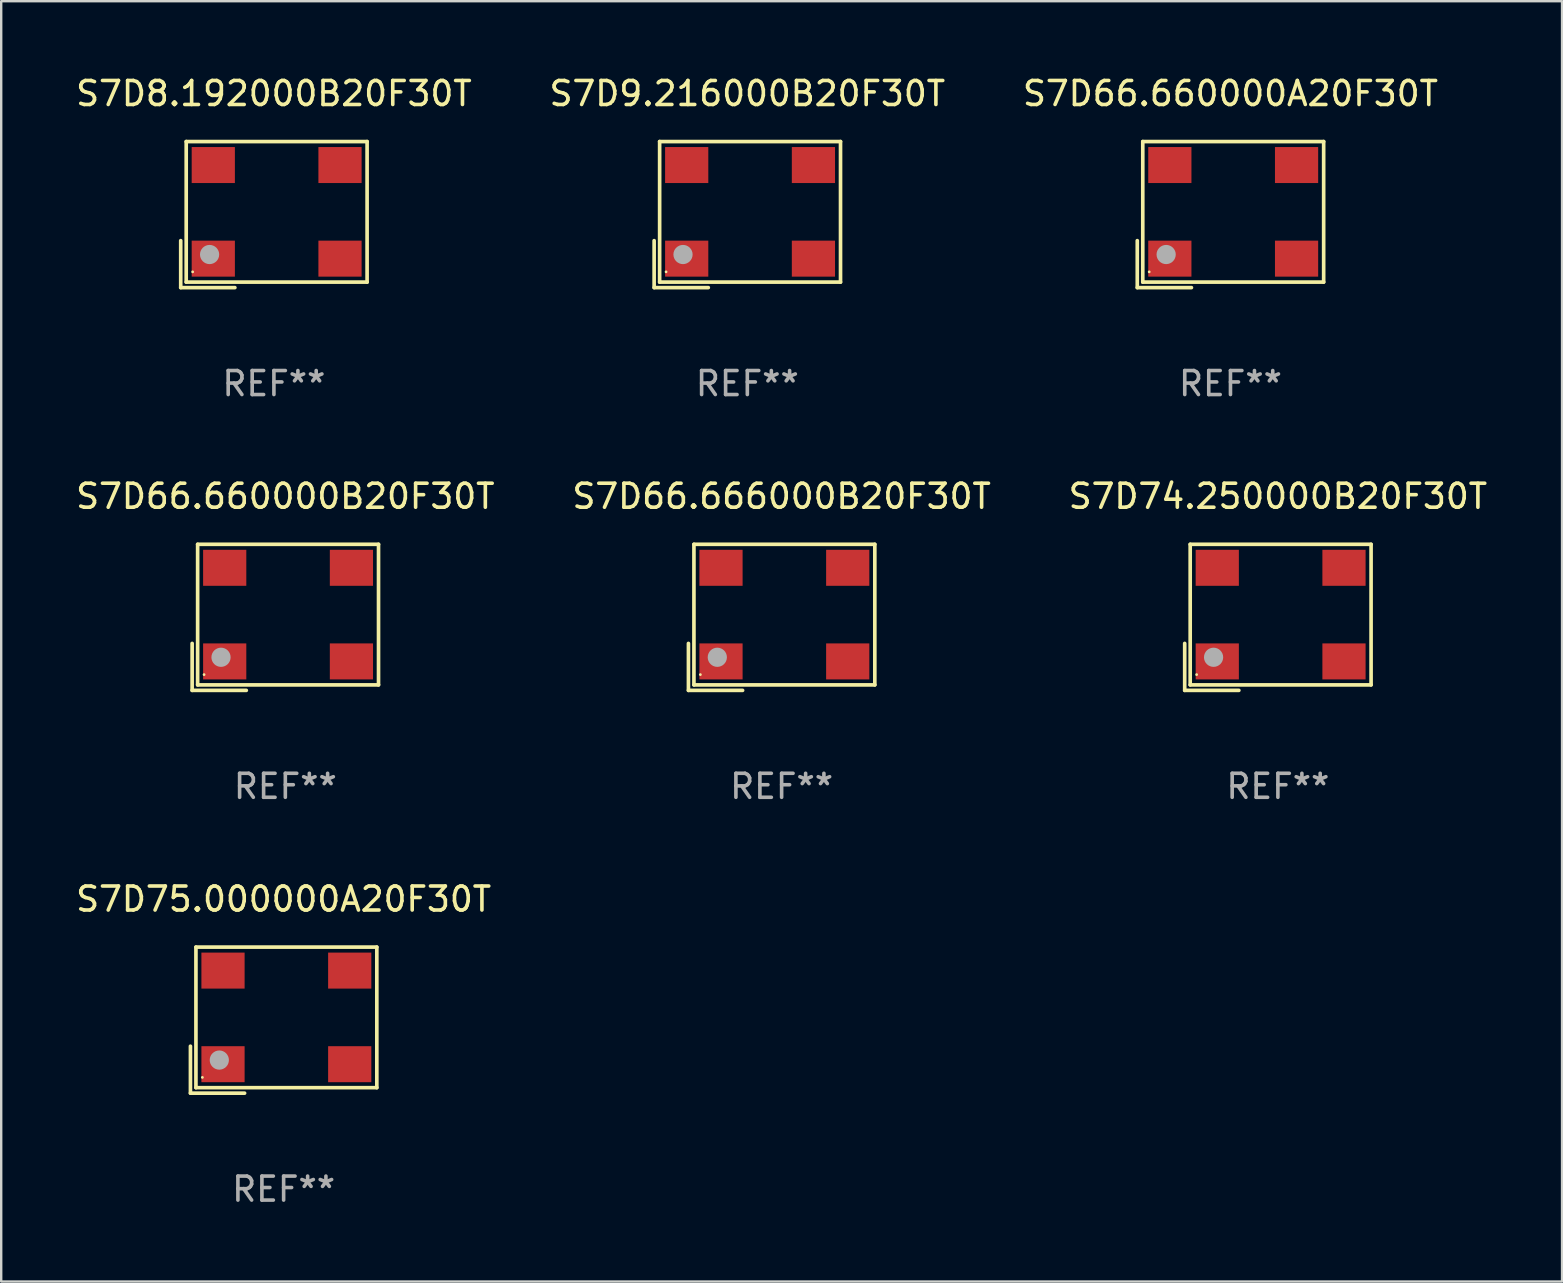
<source format=kicad_pcb>
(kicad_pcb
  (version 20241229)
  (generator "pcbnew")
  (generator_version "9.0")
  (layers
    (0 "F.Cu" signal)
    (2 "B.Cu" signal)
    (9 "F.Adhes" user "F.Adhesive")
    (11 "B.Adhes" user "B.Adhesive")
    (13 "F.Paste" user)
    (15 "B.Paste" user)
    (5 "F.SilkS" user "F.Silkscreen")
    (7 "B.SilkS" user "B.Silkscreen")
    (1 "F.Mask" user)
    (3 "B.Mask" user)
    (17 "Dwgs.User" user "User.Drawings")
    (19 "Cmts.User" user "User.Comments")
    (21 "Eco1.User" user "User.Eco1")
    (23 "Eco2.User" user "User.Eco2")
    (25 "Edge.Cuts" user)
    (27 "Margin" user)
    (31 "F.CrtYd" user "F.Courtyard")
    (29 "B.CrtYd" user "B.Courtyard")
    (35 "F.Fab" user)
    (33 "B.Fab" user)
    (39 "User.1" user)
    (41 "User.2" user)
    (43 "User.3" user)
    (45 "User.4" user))
  (footprint "S7D9.216000B20F30T"
    (layer "F.Cu")
    (at 28.089 5.891)
    (property "Reference" "S7D9.216000B20F30T" (at 0 -5.043 0) (layer "F.SilkS") (effects (font (size 1 1) (thickness 0.15))))
    (attr through_hole)
    (fp_line (start -3.883 1.086) (end -3.883 3.043) (stroke (width 0.152) (type solid)) (layer "F.SilkS"))
    (fp_line (start -3.883 3.043) (end -1.626 3.043) (stroke (width 0.152) (type solid)) (layer "F.SilkS"))
    (fp_line (start -3.654 -3.043) (end 3.883 -3.043) (stroke (width 0.152) (type solid)) (layer "F.SilkS"))
    (fp_line (start -3.654 2.814) (end -3.654 -3.043) (stroke (width 0.152) (type solid)) (layer "F.SilkS"))
    (fp_line (start 3.883 -3.043) (end 3.883 2.814) (stroke (width 0.152) (type solid)) (layer "F.SilkS"))
    (fp_line (start 3.883 2.814) (end -3.654 2.814) (stroke (width 0.152) (type solid)) (layer "F.SilkS"))
    (fp_circle (center -3.386 2.386) (end -3.356 2.386) (stroke (width 0.06) (type solid)) (fill no) (layer "F.SilkS"))
    (fp_circle (center -2.68 1.664) (end -2.48 1.664) (stroke (width 0.4) (type solid)) (fill no) (layer "F.Fab"))
    (fp_text user "REF**" (at 0 7.043 0) (layer "F.Fab") (effects (font (size 1 1) (thickness 0.15))))
    (pad "1" smd rect (at -2.526 1.836) (size 1.8 1.5) (layers "F.Cu" "F.Mask" "F.Paste"))
    (pad "2" smd rect (at 2.754 1.836) (size 1.8 1.5) (layers "F.Cu" "F.Mask" "F.Paste"))
    (pad "3" smd rect (at 2.754 -2.064) (size 1.8 1.5) (layers "F.Cu" "F.Mask" "F.Paste"))
    (pad "4" smd rect (at -2.526 -2.064) (size 1.8 1.5) (layers "F.Cu" "F.Mask" "F.Paste")))
  (footprint "S7D8.192000B20F30T"
    (layer "F.Cu")
    (at 8.363 5.891)
    (property "Reference" "S7D8.192000B20F30T" (at 0 -5.043 0) (layer "F.SilkS") (effects (font (size 1 1) (thickness 0.15))))
    (attr through_hole)
    (fp_line (start -3.883 1.086) (end -3.883 3.043) (stroke (width 0.152) (type solid)) (layer "F.SilkS"))
    (fp_line (start -3.883 3.043) (end -1.626 3.043) (stroke (width 0.152) (type solid)) (layer "F.SilkS"))
    (fp_line (start -3.654 -3.043) (end 3.883 -3.043) (stroke (width 0.152) (type solid)) (layer "F.SilkS"))
    (fp_line (start -3.654 2.814) (end -3.654 -3.043) (stroke (width 0.152) (type solid)) (layer "F.SilkS"))
    (fp_line (start 3.883 -3.043) (end 3.883 2.814) (stroke (width 0.152) (type solid)) (layer "F.SilkS"))
    (fp_line (start 3.883 2.814) (end -3.654 2.814) (stroke (width 0.152) (type solid)) (layer "F.SilkS"))
    (fp_circle (center -3.386 2.386) (end -3.356 2.386) (stroke (width 0.06) (type solid)) (fill no) (layer "F.SilkS"))
    (fp_circle (center -2.68 1.664) (end -2.48 1.664) (stroke (width 0.4) (type solid)) (fill no) (layer "F.Fab"))
    (fp_text user "REF**" (at 0 7.043 0) (layer "F.Fab") (effects (font (size 1 1) (thickness 0.15))))
    (pad "1" smd rect (at -2.526 1.836) (size 1.8 1.5) (layers "F.Cu" "F.Mask" "F.Paste"))
    (pad "2" smd rect (at 2.754 1.836) (size 1.8 1.5) (layers "F.Cu" "F.Mask" "F.Paste"))
    (pad "3" smd rect (at 2.754 -2.064) (size 1.8 1.5) (layers "F.Cu" "F.Mask" "F.Paste"))
    (pad "4" smd rect (at -2.526 -2.064) (size 1.8 1.5) (layers "F.Cu" "F.Mask" "F.Paste")))
  (footprint "S7D66.660000B20F30T"
    (layer "F.Cu")
    (at 8.839 22.673)
    (property "Reference" "S7D66.660000B20F30T" (at 0 -5.043 0) (layer "F.SilkS") (effects (font (size 1 1) (thickness 0.15))))
    (attr through_hole)
    (fp_line (start -3.883 1.086) (end -3.883 3.043) (stroke (width 0.152) (type solid)) (layer "F.SilkS"))
    (fp_line (start -3.883 3.043) (end -1.626 3.043) (stroke (width 0.152) (type solid)) (layer "F.SilkS"))
    (fp_line (start -3.654 -3.043) (end 3.883 -3.043) (stroke (width 0.152) (type solid)) (layer "F.SilkS"))
    (fp_line (start -3.654 2.814) (end -3.654 -3.043) (stroke (width 0.152) (type solid)) (layer "F.SilkS"))
    (fp_line (start 3.883 -3.043) (end 3.883 2.814) (stroke (width 0.152) (type solid)) (layer "F.SilkS"))
    (fp_line (start 3.883 2.814) (end -3.654 2.814) (stroke (width 0.152) (type solid)) (layer "F.SilkS"))
    (fp_circle (center -3.386 2.386) (end -3.356 2.386) (stroke (width 0.06) (type solid)) (fill no) (layer "F.SilkS"))
    (fp_circle (center -2.68 1.664) (end -2.48 1.664) (stroke (width 0.4) (type solid)) (fill no) (layer "F.Fab"))
    (fp_text user "REF**" (at 0 7.043 0) (layer "F.Fab") (effects (font (size 1 1) (thickness 0.15))))
    (pad "1" smd rect (at -2.526 1.836) (size 1.8 1.5) (layers "F.Cu" "F.Mask" "F.Paste"))
    (pad "2" smd rect (at 2.754 1.836) (size 1.8 1.5) (layers "F.Cu" "F.Mask" "F.Paste"))
    (pad "3" smd rect (at 2.754 -2.064) (size 1.8 1.5) (layers "F.Cu" "F.Mask" "F.Paste"))
    (pad "4" smd rect (at -2.526 -2.064) (size 1.8 1.5) (layers "F.Cu" "F.Mask" "F.Paste")))
  (footprint "S7D66.660000A20F30T"
    (layer "F.Cu")
    (at 48.22 5.891)
    (property "Reference" "S7D66.660000A20F30T" (at 0 -5.043 0) (layer "F.SilkS") (effects (font (size 1 1) (thickness 0.15))))
    (attr through_hole)
    (fp_line (start -3.883 1.086) (end -3.883 3.043) (stroke (width 0.152) (type solid)) (layer "F.SilkS"))
    (fp_line (start -3.883 3.043) (end -1.626 3.043) (stroke (width 0.152) (type solid)) (layer "F.SilkS"))
    (fp_line (start -3.654 -3.043) (end 3.883 -3.043) (stroke (width 0.152) (type solid)) (layer "F.SilkS"))
    (fp_line (start -3.654 2.814) (end -3.654 -3.043) (stroke (width 0.152) (type solid)) (layer "F.SilkS"))
    (fp_line (start 3.883 -3.043) (end 3.883 2.814) (stroke (width 0.152) (type solid)) (layer "F.SilkS"))
    (fp_line (start 3.883 2.814) (end -3.654 2.814) (stroke (width 0.152) (type solid)) (layer "F.SilkS"))
    (fp_circle (center -3.386 2.386) (end -3.356 2.386) (stroke (width 0.06) (type solid)) (fill no) (layer "F.SilkS"))
    (fp_circle (center -2.68 1.664) (end -2.48 1.664) (stroke (width 0.4) (type solid)) (fill no) (layer "F.Fab"))
    (fp_text user "REF**" (at 0 7.043 0) (layer "F.Fab") (effects (font (size 1 1) (thickness 0.15))))
    (pad "1" smd rect (at -2.526 1.836) (size 1.8 1.5) (layers "F.Cu" "F.Mask" "F.Paste"))
    (pad "2" smd rect (at 2.754 1.836) (size 1.8 1.5) (layers "F.Cu" "F.Mask" "F.Paste"))
    (pad "3" smd rect (at 2.754 -2.064) (size 1.8 1.5) (layers "F.Cu" "F.Mask" "F.Paste"))
    (pad "4" smd rect (at -2.526 -2.064) (size 1.8 1.5) (layers "F.Cu" "F.Mask" "F.Paste")))
  (footprint "S7D74.250000B20F30T"
    (layer "F.Cu")
    (at 50.196 22.673)
    (property "Reference" "S7D74.250000B20F30T" (at 0 -5.043 0) (layer "F.SilkS") (effects (font (size 1 1) (thickness 0.15))))
    (attr through_hole)
    (fp_line (start -3.883 1.086) (end -3.883 3.043) (stroke (width 0.152) (type solid)) (layer "F.SilkS"))
    (fp_line (start -3.883 3.043) (end -1.626 3.043) (stroke (width 0.152) (type solid)) (layer "F.SilkS"))
    (fp_line (start -3.654 -3.043) (end 3.883 -3.043) (stroke (width 0.152) (type solid)) (layer "F.SilkS"))
    (fp_line (start -3.654 2.814) (end -3.654 -3.043) (stroke (width 0.152) (type solid)) (layer "F.SilkS"))
    (fp_line (start 3.883 -3.043) (end 3.883 2.814) (stroke (width 0.152) (type solid)) (layer "F.SilkS"))
    (fp_line (start 3.883 2.814) (end -3.654 2.814) (stroke (width 0.152) (type solid)) (layer "F.SilkS"))
    (fp_circle (center -3.386 2.386) (end -3.356 2.386) (stroke (width 0.06) (type solid)) (fill no) (layer "F.SilkS"))
    (fp_circle (center -2.68 1.664) (end -2.48 1.664) (stroke (width 0.4) (type solid)) (fill no) (layer "F.Fab"))
    (fp_text user "REF**" (at 0 7.043 0) (layer "F.Fab") (effects (font (size 1 1) (thickness 0.15))))
    (pad "1" smd rect (at -2.526 1.836) (size 1.8 1.5) (layers "F.Cu" "F.Mask" "F.Paste"))
    (pad "2" smd rect (at 2.754 1.836) (size 1.8 1.5) (layers "F.Cu" "F.Mask" "F.Paste"))
    (pad "3" smd rect (at 2.754 -2.064) (size 1.8 1.5) (layers "F.Cu" "F.Mask" "F.Paste"))
    (pad "4" smd rect (at -2.526 -2.064) (size 1.8 1.5) (layers "F.Cu" "F.Mask" "F.Paste")))
  (footprint "S7D75.000000A20F30T"
    (layer "F.Cu")
    (at 8.768 39.456)
    (property "Reference" "S7D75.000000A20F30T" (at 0 -5.043 0) (layer "F.SilkS") (effects (font (size 1 1) (thickness 0.15))))
    (attr through_hole)
    (fp_line (start -3.883 1.086) (end -3.883 3.043) (stroke (width 0.152) (type solid)) (layer "F.SilkS"))
    (fp_line (start -3.883 3.043) (end -1.626 3.043) (stroke (width 0.152) (type solid)) (layer "F.SilkS"))
    (fp_line (start -3.654 -3.043) (end 3.883 -3.043) (stroke (width 0.152) (type solid)) (layer "F.SilkS"))
    (fp_line (start -3.654 2.814) (end -3.654 -3.043) (stroke (width 0.152) (type solid)) (layer "F.SilkS"))
    (fp_line (start 3.883 -3.043) (end 3.883 2.814) (stroke (width 0.152) (type solid)) (layer "F.SilkS"))
    (fp_line (start 3.883 2.814) (end -3.654 2.814) (stroke (width 0.152) (type solid)) (layer "F.SilkS"))
    (fp_circle (center -3.386 2.386) (end -3.356 2.386) (stroke (width 0.06) (type solid)) (fill no) (layer "F.SilkS"))
    (fp_circle (center -2.68 1.664) (end -2.48 1.664) (stroke (width 0.4) (type solid)) (fill no) (layer "F.Fab"))
    (fp_text user "REF**" (at 0 7.043 0) (layer "F.Fab") (effects (font (size 1 1) (thickness 0.15))))
    (pad "1" smd rect (at -2.526 1.836) (size 1.8 1.5) (layers "F.Cu" "F.Mask" "F.Paste"))
    (pad "2" smd rect (at 2.754 1.836) (size 1.8 1.5) (layers "F.Cu" "F.Mask" "F.Paste"))
    (pad "3" smd rect (at 2.754 -2.064) (size 1.8 1.5) (layers "F.Cu" "F.Mask" "F.Paste"))
    (pad "4" smd rect (at -2.526 -2.064) (size 1.8 1.5) (layers "F.Cu" "F.Mask" "F.Paste")))
  (footprint "S7D66.666000B20F30T"
    (layer "F.Cu")
    (at 29.518 22.673)
    (property "Reference" "S7D66.666000B20F30T" (at 0 -5.043 0) (layer "F.SilkS") (effects (font (size 1 1) (thickness 0.15))))
    (attr through_hole)
    (fp_line (start -3.883 1.086) (end -3.883 3.043) (stroke (width 0.152) (type solid)) (layer "F.SilkS"))
    (fp_line (start -3.883 3.043) (end -1.626 3.043) (stroke (width 0.152) (type solid)) (layer "F.SilkS"))
    (fp_line (start -3.654 -3.043) (end 3.883 -3.043) (stroke (width 0.152) (type solid)) (layer "F.SilkS"))
    (fp_line (start -3.654 2.814) (end -3.654 -3.043) (stroke (width 0.152) (type solid)) (layer "F.SilkS"))
    (fp_line (start 3.883 -3.043) (end 3.883 2.814) (stroke (width 0.152) (type solid)) (layer "F.SilkS"))
    (fp_line (start 3.883 2.814) (end -3.654 2.814) (stroke (width 0.152) (type solid)) (layer "F.SilkS"))
    (fp_circle (center -3.386 2.386) (end -3.356 2.386) (stroke (width 0.06) (type solid)) (fill no) (layer "F.SilkS"))
    (fp_circle (center -2.68 1.664) (end -2.48 1.664) (stroke (width 0.4) (type solid)) (fill no) (layer "F.Fab"))
    (fp_text user "REF**" (at 0 7.043 0) (layer "F.Fab") (effects (font (size 1 1) (thickness 0.15))))
    (pad "1" smd rect (at -2.526 1.836) (size 1.8 1.5) (layers "F.Cu" "F.Mask" "F.Paste"))
    (pad "2" smd rect (at 2.754 1.836) (size 1.8 1.5) (layers "F.Cu" "F.Mask" "F.Paste"))
    (pad "3" smd rect (at 2.754 -2.064) (size 1.8 1.5) (layers "F.Cu" "F.Mask" "F.Paste"))
    (pad "4" smd rect (at -2.526 -2.064) (size 1.8 1.5) (layers "F.Cu" "F.Mask" "F.Paste")))
  (gr_rect
    (start -3 -3)
    (end 62.036 50.347)
    (stroke (width 0.1) (type default))
    (fill no)
    (layer "Edge.Cuts")))
</source>
